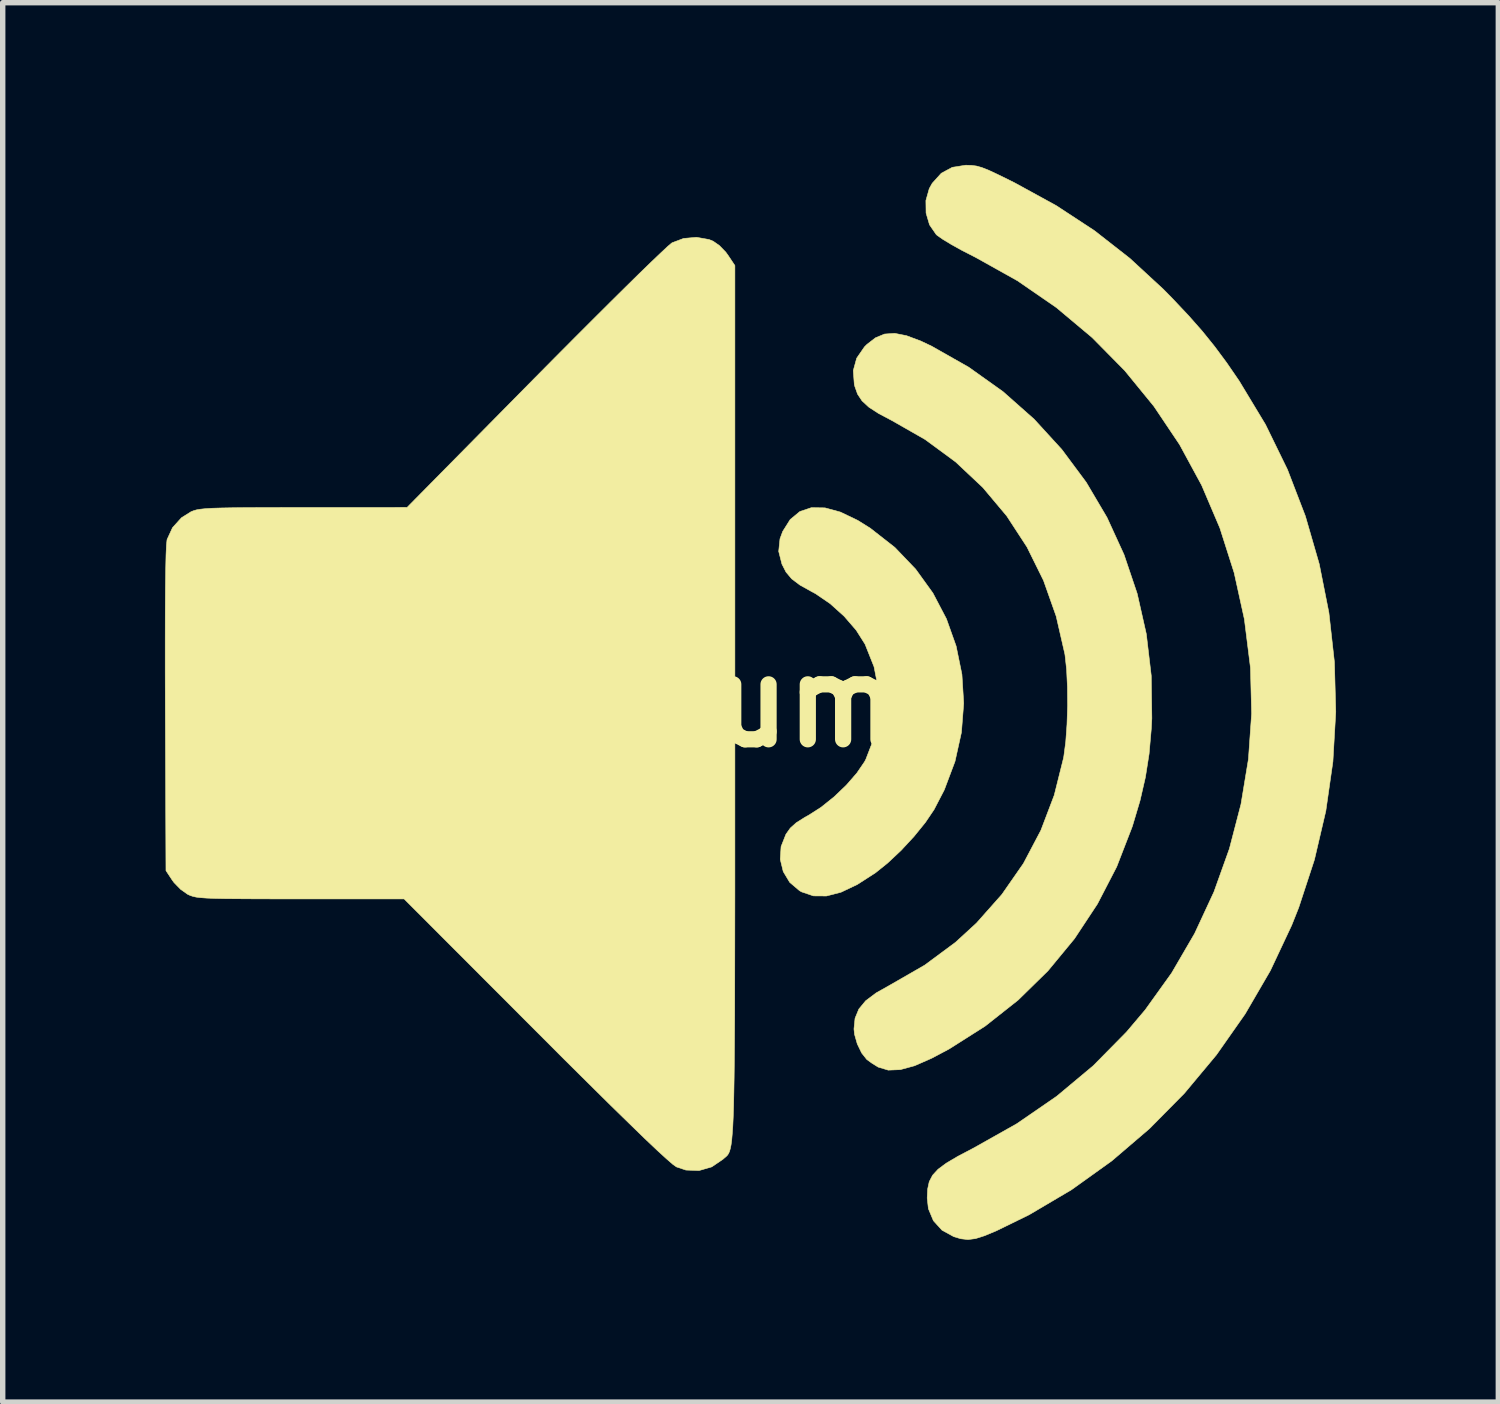
<source format=kicad_pcb>
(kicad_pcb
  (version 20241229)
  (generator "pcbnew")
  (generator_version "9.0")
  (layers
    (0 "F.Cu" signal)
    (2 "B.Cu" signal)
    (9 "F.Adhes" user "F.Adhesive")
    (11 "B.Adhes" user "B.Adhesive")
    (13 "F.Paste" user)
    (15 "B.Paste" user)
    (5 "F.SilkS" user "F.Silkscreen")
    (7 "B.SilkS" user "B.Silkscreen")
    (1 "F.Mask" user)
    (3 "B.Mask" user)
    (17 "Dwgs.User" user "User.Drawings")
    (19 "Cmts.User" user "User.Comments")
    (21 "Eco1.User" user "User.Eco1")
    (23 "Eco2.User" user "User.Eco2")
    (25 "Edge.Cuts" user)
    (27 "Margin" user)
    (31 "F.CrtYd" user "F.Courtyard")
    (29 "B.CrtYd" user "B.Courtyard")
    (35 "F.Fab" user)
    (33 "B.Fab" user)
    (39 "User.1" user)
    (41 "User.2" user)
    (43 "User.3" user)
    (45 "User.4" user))
  (footprint "volume"
    (layer "F.Cu")
    (at 10.835 9.931)
    (property "Reference" "volume" (at 0 0 0) (layer "F.SilkS") (effects (font (size 1.524 1.524) (thickness 0.3))))
    (attr through_hole)
    (fp_poly (pts (xy 1.37 -3.59) (xy 1.656 -3.512) (xy 1.975 -3.359) (xy 2.21 -3.212) (xy 2.662 -2.858) (xy 3.047 -2.456) (xy 3.366 -2.014) (xy 3.616 -1.537) (xy 3.795 -1.034) (xy 3.902 -0.511) (xy 3.935 0.023) (xy 3.893 0.562) (xy 3.774 1.099) (xy 3.576 1.625) (xy 3.387 1.989) (xy 3.227 2.226) (xy 3.017 2.485) (xy 2.778 2.743) (xy 2.53 2.976) (xy 2.305 3.157) (xy 1.968 3.374) (xy 1.667 3.517) (xy 1.397 3.587) (xy 1.156 3.585) (xy 0.938 3.511) (xy 0.899 3.489) (xy 0.718 3.335) (xy 0.598 3.135) (xy 0.543 2.909) (xy 0.558 2.673) (xy 0.648 2.445) (xy 0.729 2.331) (xy 0.838 2.233) (xy 0.998 2.132) (xy 1.065 2.095) (xy 1.297 1.947) (xy 1.537 1.755) (xy 1.764 1.538) (xy 1.959 1.314) (xy 2.102 1.104) (xy 2.126 1.058) (xy 2.286 0.643) (xy 2.364 0.213) (xy 2.361 -0.221) (xy 2.277 -0.652) (xy 2.111 -1.069) (xy 1.947 -1.328) (xy 1.724 -1.586) (xy 1.465 -1.819) (xy 1.194 -2.004) (xy 1.121 -2.043) (xy 0.906 -2.163) (xy 0.755 -2.277) (xy 0.649 -2.403) (xy 0.574 -2.55) (xy 0.514 -2.785) (xy 0.538 -3.018) (xy 0.588 -3.154) (xy 0.727 -3.375) (xy 0.905 -3.522) (xy 1.119 -3.594) (xy 1.37 -3.59)) (stroke (width 0.01) (type solid)) (fill yes) (layer "F.SilkS"))
    (fp_poly (pts (xy 2.877 -6.774) (xy 3.139 -6.676) (xy 3.342 -6.58) (xy 4.029 -6.19) (xy 4.662 -5.739) (xy 5.237 -5.23) (xy 5.75 -4.669) (xy 6.201 -4.062) (xy 6.585 -3.412) (xy 6.9 -2.724) (xy 7.143 -2.004) (xy 7.312 -1.256) (xy 7.403 -0.486) (xy 7.414 0.303) (xy 7.404 0.494) (xy 7.363 0.96) (xy 7.295 1.391) (xy 7.196 1.822) (xy 7.057 2.288) (xy 7.046 2.319) (xy 6.764 3.047) (xy 6.408 3.734) (xy 5.984 4.376) (xy 5.494 4.97) (xy 4.942 5.511) (xy 4.332 5.993) (xy 3.667 6.415) (xy 3.341 6.588) (xy 3.027 6.726) (xy 2.762 6.798) (xy 2.54 6.807) (xy 2.357 6.752) (xy 2.349 6.748) (xy 2.235 6.677) (xy 2.142 6.609) (xy 2.048 6.49) (xy 1.967 6.322) (xy 1.916 6.144) (xy 1.906 6.046) (xy 1.926 5.848) (xy 1.996 5.678) (xy 2.122 5.525) (xy 2.316 5.379) (xy 2.584 5.228) (xy 2.584 5.228) (xy 3.213 4.866) (xy 3.783 4.444) (xy 4.171 4.088) (xy 4.641 3.558) (xy 5.039 2.986) (xy 5.362 2.373) (xy 5.609 1.724) (xy 5.78 1.039) (xy 5.787 1.001) (xy 5.822 0.735) (xy 5.845 0.415) (xy 5.856 0.068) (xy 5.853 -0.279) (xy 5.838 -0.598) (xy 5.809 -0.864) (xy 5.805 -0.889) (xy 5.645 -1.586) (xy 5.411 -2.247) (xy 5.105 -2.866) (xy 4.73 -3.441) (xy 4.289 -3.966) (xy 3.786 -4.439) (xy 3.222 -4.854) (xy 2.609 -5.204) (xy 2.36 -5.336) (xy 2.18 -5.453) (xy 2.055 -5.569) (xy 1.972 -5.694) (xy 1.92 -5.841) (xy 1.912 -5.875) (xy 1.893 -6.128) (xy 1.956 -6.358) (xy 2.1 -6.567) (xy 2.145 -6.612) (xy 2.304 -6.735) (xy 2.471 -6.804) (xy 2.659 -6.817) (xy 2.877 -6.774)) (stroke (width 0.01) (type solid)) (fill yes) (layer "F.SilkS"))
    (fp_poly (pts (xy 4.079 -9.923) (xy 4.171 -9.911) (xy 4.271 -9.883) (xy 4.395 -9.834) (xy 4.558 -9.758) (xy 4.776 -9.651) (xy 4.876 -9.601) (xy 5.646 -9.179) (xy 6.351 -8.717) (xy 7.007 -8.204) (xy 7.63 -7.629) (xy 7.789 -7.467) (xy 8.09 -7.148) (xy 8.346 -6.858) (xy 8.575 -6.574) (xy 8.799 -6.272) (xy 9.035 -5.928) (xy 9.035 -5.927) (xy 9.516 -5.13) (xy 9.922 -4.298) (xy 10.253 -3.437) (xy 10.509 -2.553) (xy 10.688 -1.651) (xy 10.79 -0.737) (xy 10.815 0.183) (xy 10.762 1.102) (xy 10.631 2.015) (xy 10.42 2.917) (xy 10.13 3.801) (xy 10 4.128) (xy 9.606 4.966) (xy 9.14 5.767) (xy 8.609 6.524) (xy 8.017 7.234) (xy 7.37 7.889) (xy 6.672 8.486) (xy 5.928 9.019) (xy 5.144 9.482) (xy 4.545 9.775) (xy 4.324 9.868) (xy 4.154 9.922) (xy 4.014 9.94) (xy 3.881 9.925) (xy 3.753 9.887) (xy 3.534 9.767) (xy 3.375 9.592) (xy 3.282 9.369) (xy 3.26 9.172) (xy 3.268 9.007) (xy 3.298 8.869) (xy 3.36 8.75) (xy 3.462 8.639) (xy 3.615 8.526) (xy 3.828 8.4) (xy 4.108 8.253) (xy 4.116 8.249) (xy 4.917 7.798) (xy 5.655 7.29) (xy 6.331 6.725) (xy 6.945 6.102) (xy 7.29 5.694) (xy 7.78 5.011) (xy 8.205 4.281) (xy 8.562 3.512) (xy 8.848 2.713) (xy 9.062 1.891) (xy 9.2 1.056) (xy 9.259 0.217) (xy 9.238 -0.619) (xy 9.236 -0.646) (xy 9.125 -1.532) (xy 8.936 -2.39) (xy 8.672 -3.217) (xy 8.335 -4.008) (xy 7.927 -4.76) (xy 7.452 -5.468) (xy 6.912 -6.129) (xy 6.31 -6.739) (xy 5.648 -7.294) (xy 4.93 -7.789) (xy 4.157 -8.221) (xy 4.114 -8.243) (xy 3.903 -8.351) (xy 3.71 -8.458) (xy 3.553 -8.553) (xy 3.448 -8.626) (xy 3.427 -8.644) (xy 3.303 -8.824) (xy 3.239 -9.042) (xy 3.236 -9.273) (xy 3.298 -9.493) (xy 3.353 -9.592) (xy 3.521 -9.778) (xy 3.724 -9.887) (xy 3.971 -9.926) (xy 3.982 -9.926) (xy 4.079 -9.923)) (stroke (width 0.01) (type solid)) (fill yes) (layer "F.SilkS"))
    (fp_poly (pts (xy -0.774 -8.552) (xy -0.698 -8.521) (xy -0.582 -8.44) (xy -0.464 -8.318) (xy -0.422 -8.26) (xy -0.296 -8.071) (xy -0.296 0.002) (xy -0.296 0.985) (xy -0.296 1.886) (xy -0.296 2.71) (xy -0.296 3.46) (xy -0.297 4.139) (xy -0.298 4.752) (xy -0.299 5.302) (xy -0.3 5.791) (xy -0.303 6.225) (xy -0.306 6.606) (xy -0.31 6.938) (xy -0.315 7.225) (xy -0.32 7.47) (xy -0.327 7.676) (xy -0.335 7.848) (xy -0.345 7.988) (xy -0.355 8.102) (xy -0.367 8.191) (xy -0.381 8.259) (xy -0.396 8.311) (xy -0.413 8.349) (xy -0.432 8.378) (xy -0.453 8.4) (xy -0.476 8.42) (xy -0.501 8.441) (xy -0.515 8.454) (xy -0.724 8.596) (xy -0.959 8.664) (xy -1.202 8.655) (xy -1.376 8.597) (xy -1.441 8.551) (xy -1.56 8.448) (xy -1.735 8.288) (xy -1.965 8.07) (xy -2.25 7.793) (xy -2.593 7.458) (xy -2.992 7.063) (xy -3.45 6.609) (xy -3.965 6.093) (xy -3.979 6.079) (xy -6.413 3.641) (xy -8.331 3.641) (xy -8.784 3.641) (xy -9.162 3.64) (xy -9.47 3.638) (xy -9.717 3.636) (xy -9.912 3.632) (xy -10.061 3.626) (xy -10.173 3.618) (xy -10.256 3.608) (xy -10.318 3.594) (xy -10.366 3.578) (xy -10.409 3.559) (xy -10.416 3.555) (xy -10.544 3.465) (xy -10.666 3.34) (xy -10.7 3.294) (xy -10.816 3.118) (xy -10.828 0.139) (xy -10.83 -0.549) (xy -10.83 -1.152) (xy -10.829 -1.67) (xy -10.826 -2.104) (xy -10.821 -2.454) (xy -10.815 -2.719) (xy -10.807 -2.9) (xy -10.797 -2.997) (xy -10.795 -3.006) (xy -10.695 -3.224) (xy -10.53 -3.407) (xy -10.352 -3.519) (xy -10.306 -3.537) (xy -10.252 -3.553) (xy -10.182 -3.565) (xy -10.088 -3.575) (xy -9.962 -3.583) (xy -9.796 -3.588) (xy -9.583 -3.592) (xy -9.313 -3.595) (xy -8.98 -3.596) (xy -8.576 -3.597) (xy -8.27 -3.597) (xy -6.358 -3.598) (xy -3.994 -5.994) (xy -3.62 -6.372) (xy -3.26 -6.734) (xy -2.919 -7.075) (xy -2.602 -7.391) (xy -2.313 -7.677) (xy -2.058 -7.928) (xy -1.84 -8.139) (xy -1.666 -8.305) (xy -1.541 -8.422) (xy -1.467 -8.485) (xy -1.457 -8.492) (xy -1.245 -8.572) (xy -1.006 -8.593) (xy -0.774 -8.552)) (stroke (width 0.01) (type solid)) (fill yes) (layer "F.SilkS")))
  (gr_rect
    (start -3 -3)
    (end 24.656 22.876)
    (stroke (width 0.1) (type default))
    (fill no)
    (layer "Edge.Cuts")))
</source>
